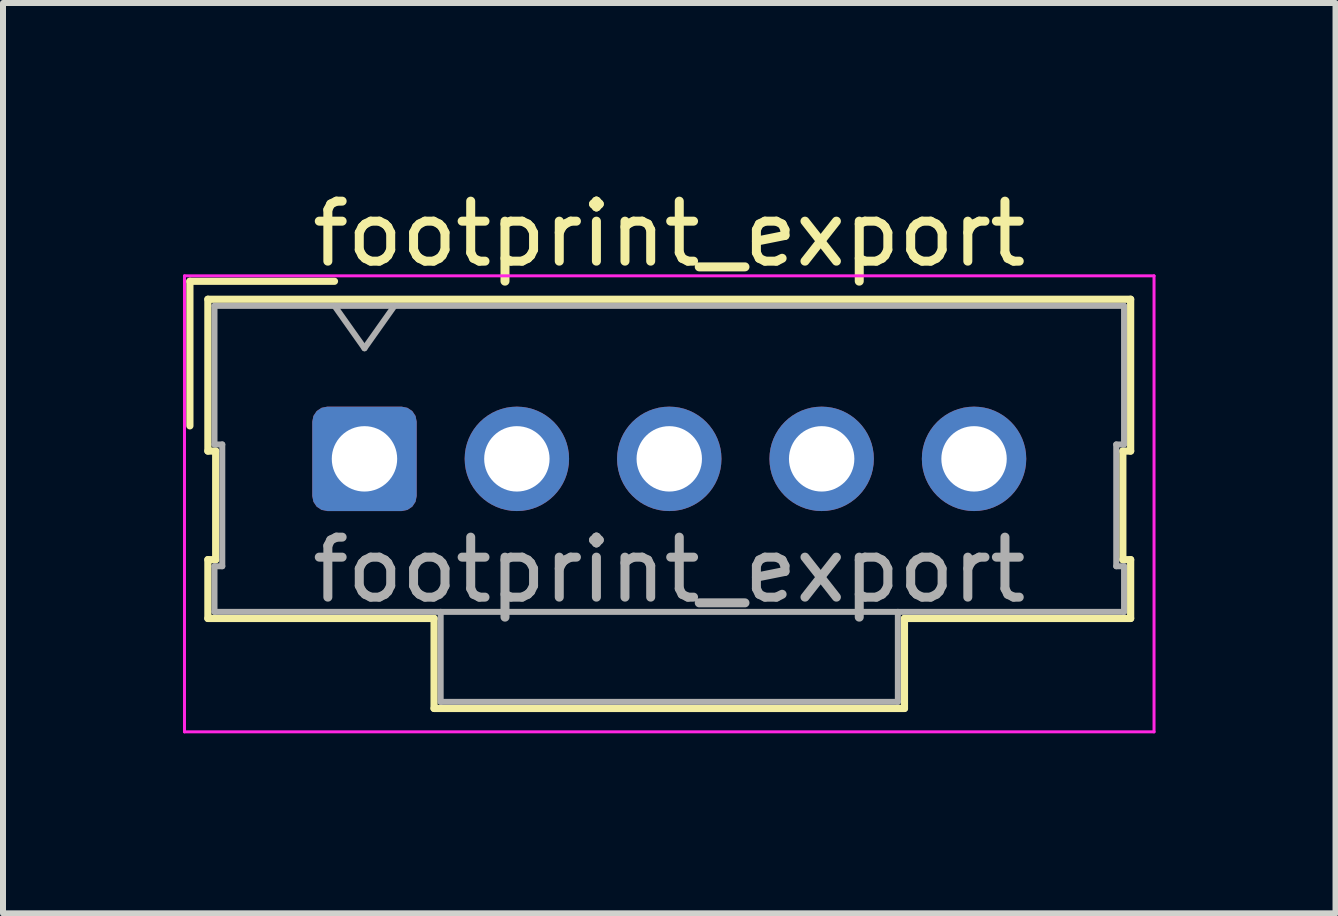
<source format=kicad_pcb>
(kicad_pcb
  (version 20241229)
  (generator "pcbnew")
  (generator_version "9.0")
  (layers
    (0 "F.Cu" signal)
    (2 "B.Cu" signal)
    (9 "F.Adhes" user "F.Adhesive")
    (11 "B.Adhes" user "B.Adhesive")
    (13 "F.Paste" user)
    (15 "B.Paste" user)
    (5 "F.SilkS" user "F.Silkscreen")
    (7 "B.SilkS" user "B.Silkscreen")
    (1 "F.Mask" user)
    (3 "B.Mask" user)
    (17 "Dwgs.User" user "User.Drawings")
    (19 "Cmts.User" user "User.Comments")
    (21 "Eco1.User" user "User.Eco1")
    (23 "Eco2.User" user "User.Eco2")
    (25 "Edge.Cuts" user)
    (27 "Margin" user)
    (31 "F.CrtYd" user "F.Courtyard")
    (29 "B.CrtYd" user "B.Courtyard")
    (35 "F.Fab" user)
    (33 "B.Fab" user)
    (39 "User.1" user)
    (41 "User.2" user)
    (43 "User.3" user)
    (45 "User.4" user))
  (footprint "footprint_export"
    (layer "F.Cu")
    (at 3.025 4.598)
    (property "Reference" "footprint_export" (at 5.08 -3.75 0) (layer "F.SilkS") (effects (font (size 1 1) (thickness 0.15))))
    (attr through_hole)
    (fp_line (start -2.91 -2.96) (end -0.5 -2.96) (stroke (width 0.12) (type solid)) (layer "F.SilkS"))
    (fp_line (start -2.91 -0.55) (end -2.91 -2.96) (stroke (width 0.12) (type solid)) (layer "F.SilkS"))
    (fp_line (start -2.61 -2.66) (end -2.61 -0.13) (stroke (width 0.12) (type solid)) (layer "F.SilkS"))
    (fp_line (start -2.61 -0.13) (end -2.48 -0.13) (stroke (width 0.12) (type solid)) (layer "F.SilkS"))
    (fp_line (start -2.61 1.68) (end -2.61 2.66) (stroke (width 0.12) (type solid)) (layer "F.SilkS"))
    (fp_line (start -2.61 2.66) (end 1.16 2.66) (stroke (width 0.12) (type solid)) (layer "F.SilkS"))
    (fp_line (start -2.48 -0.13) (end -2.48 1.68) (stroke (width 0.12) (type solid)) (layer "F.SilkS"))
    (fp_line (start -2.48 1.68) (end -2.61 1.68) (stroke (width 0.12) (type solid)) (layer "F.SilkS"))
    (fp_line (start 1.16 2.66) (end 1.16 4.16) (stroke (width 0.12) (type solid)) (layer "F.SilkS"))
    (fp_line (start 1.16 4.16) (end 9 4.16) (stroke (width 0.12) (type solid)) (layer "F.SilkS"))
    (fp_line (start 9 2.66) (end 12.77 2.66) (stroke (width 0.12) (type solid)) (layer "F.SilkS"))
    (fp_line (start 9 4.16) (end 9 2.66) (stroke (width 0.12) (type solid)) (layer "F.SilkS"))
    (fp_line (start 12.64 -0.13) (end 12.77 -0.13) (stroke (width 0.12) (type solid)) (layer "F.SilkS"))
    (fp_line (start 12.64 1.68) (end 12.64 -0.13) (stroke (width 0.12) (type solid)) (layer "F.SilkS"))
    (fp_line (start 12.77 -2.66) (end -2.61 -2.66) (stroke (width 0.12) (type solid)) (layer "F.SilkS"))
    (fp_line (start 12.77 -0.13) (end 12.77 -2.66) (stroke (width 0.12) (type solid)) (layer "F.SilkS"))
    (fp_line (start 12.77 1.68) (end 12.64 1.68) (stroke (width 0.12) (type solid)) (layer "F.SilkS"))
    (fp_line (start 12.77 2.66) (end 12.77 1.68) (stroke (width 0.12) (type solid)) (layer "F.SilkS"))
    (fp_line (start -3 -3.05) (end -3 4.55) (stroke (width 0.05) (type solid)) (layer "F.CrtYd"))
    (fp_line (start -3 4.55) (end 13.16 4.55) (stroke (width 0.05) (type solid)) (layer "F.CrtYd"))
    (fp_line (start 13.16 -3.05) (end -3 -3.05) (stroke (width 0.05) (type solid)) (layer "F.CrtYd"))
    (fp_line (start 13.16 4.55) (end 13.16 -3.05) (stroke (width 0.05) (type solid)) (layer "F.CrtYd"))
    (fp_line (start -2.5 -2.55) (end -2.5 -0.24) (stroke (width 0.1) (type solid)) (layer "F.Fab"))
    (fp_line (start -2.5 -0.24) (end -2.37 -0.24) (stroke (width 0.1) (type solid)) (layer "F.Fab"))
    (fp_line (start -2.5 1.79) (end -2.5 2.55) (stroke (width 0.1) (type solid)) (layer "F.Fab"))
    (fp_line (start -2.5 2.55) (end 12.66 2.55) (stroke (width 0.1) (type solid)) (layer "F.Fab"))
    (fp_line (start -2.37 -0.24) (end -2.37 1.79) (stroke (width 0.1) (type solid)) (layer "F.Fab"))
    (fp_line (start -2.37 1.79) (end -2.5 1.79) (stroke (width 0.1) (type solid)) (layer "F.Fab"))
    (fp_line (start 0 -1.843) (end -0.5 -2.55) (stroke (width 0.1) (type solid)) (layer "F.Fab"))
    (fp_line (start 0.5 -2.55) (end 0 -1.843) (stroke (width 0.1) (type solid)) (layer "F.Fab"))
    (fp_line (start 1.27 2.55) (end 1.27 4.05) (stroke (width 0.1) (type solid)) (layer "F.Fab"))
    (fp_line (start 1.27 4.05) (end 8.89 4.05) (stroke (width 0.1) (type solid)) (layer "F.Fab"))
    (fp_line (start 8.89 4.05) (end 8.89 2.55) (stroke (width 0.1) (type solid)) (layer "F.Fab"))
    (fp_line (start 12.53 -0.24) (end 12.66 -0.24) (stroke (width 0.1) (type solid)) (layer "F.Fab"))
    (fp_line (start 12.53 1.79) (end 12.53 -0.24) (stroke (width 0.1) (type solid)) (layer "F.Fab"))
    (fp_line (start 12.66 -2.55) (end -2.5 -2.55) (stroke (width 0.1) (type solid)) (layer "F.Fab"))
    (fp_line (start 12.66 -0.24) (end 12.66 -2.55) (stroke (width 0.1) (type solid)) (layer "F.Fab"))
    (fp_line (start 12.66 1.79) (end 12.53 1.79) (stroke (width 0.1) (type solid)) (layer "F.Fab"))
    (fp_line (start 12.66 2.55) (end 12.66 1.79) (stroke (width 0.1) (type solid)) (layer "F.Fab"))
    (fp_text user "${REFERENCE}" (at 5.08 1.85 0) (layer "F.Fab") (effects (font (size 1 1) (thickness 0.15))))
    (pad "1" thru_hole roundrect (at 0 0) (size 1.74 1.74) (drill 1.09) (layers "*.Cu" "*.Mask") (roundrect_rratio 0.144))
    (pad "2" thru_hole circle (at 2.54 0) (size 1.74 1.74) (drill 1.09) (layers "*.Cu" "*.Mask"))
    (pad "3" thru_hole circle (at 5.08 0) (size 1.74 1.74) (drill 1.09) (layers "*.Cu" "*.Mask"))
    (pad "4" thru_hole circle (at 7.62 0) (size 1.74 1.74) (drill 1.09) (layers "*.Cu" "*.Mask"))
    (pad "5" thru_hole circle (at 10.16 0) (size 1.74 1.74) (drill 1.09) (layers "*.Cu" "*.Mask")))
  (gr_rect
    (start -3 -3)
    (end 19.21 12.173)
    (stroke (width 0.1) (type default))
    (fill no)
    (layer "Edge.Cuts")))
</source>
